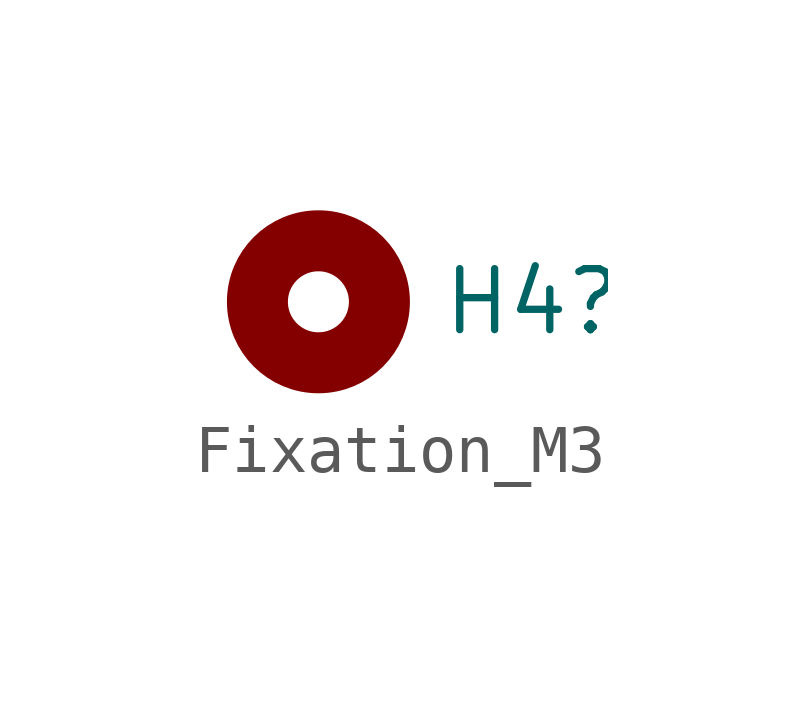
<source format=kicad_sym>
(kicad_symbol_lib
  (version 20220914)
  (generator kicad_symbol_editor)
  (symbol "Fixation_M3"
    (pin_names
      (offset 1.016))
    (property "Reference" "H4"
      (at 2.54 0 0)
      (effects (font (size 1.27 1.27)) (justify left)))
    (symbol "Fixation_M3_0_1"
      (circle (center 0 0) (radius 1.27) (stroke (width 1.27) (type default)) (fill (type none))))))
</source>
